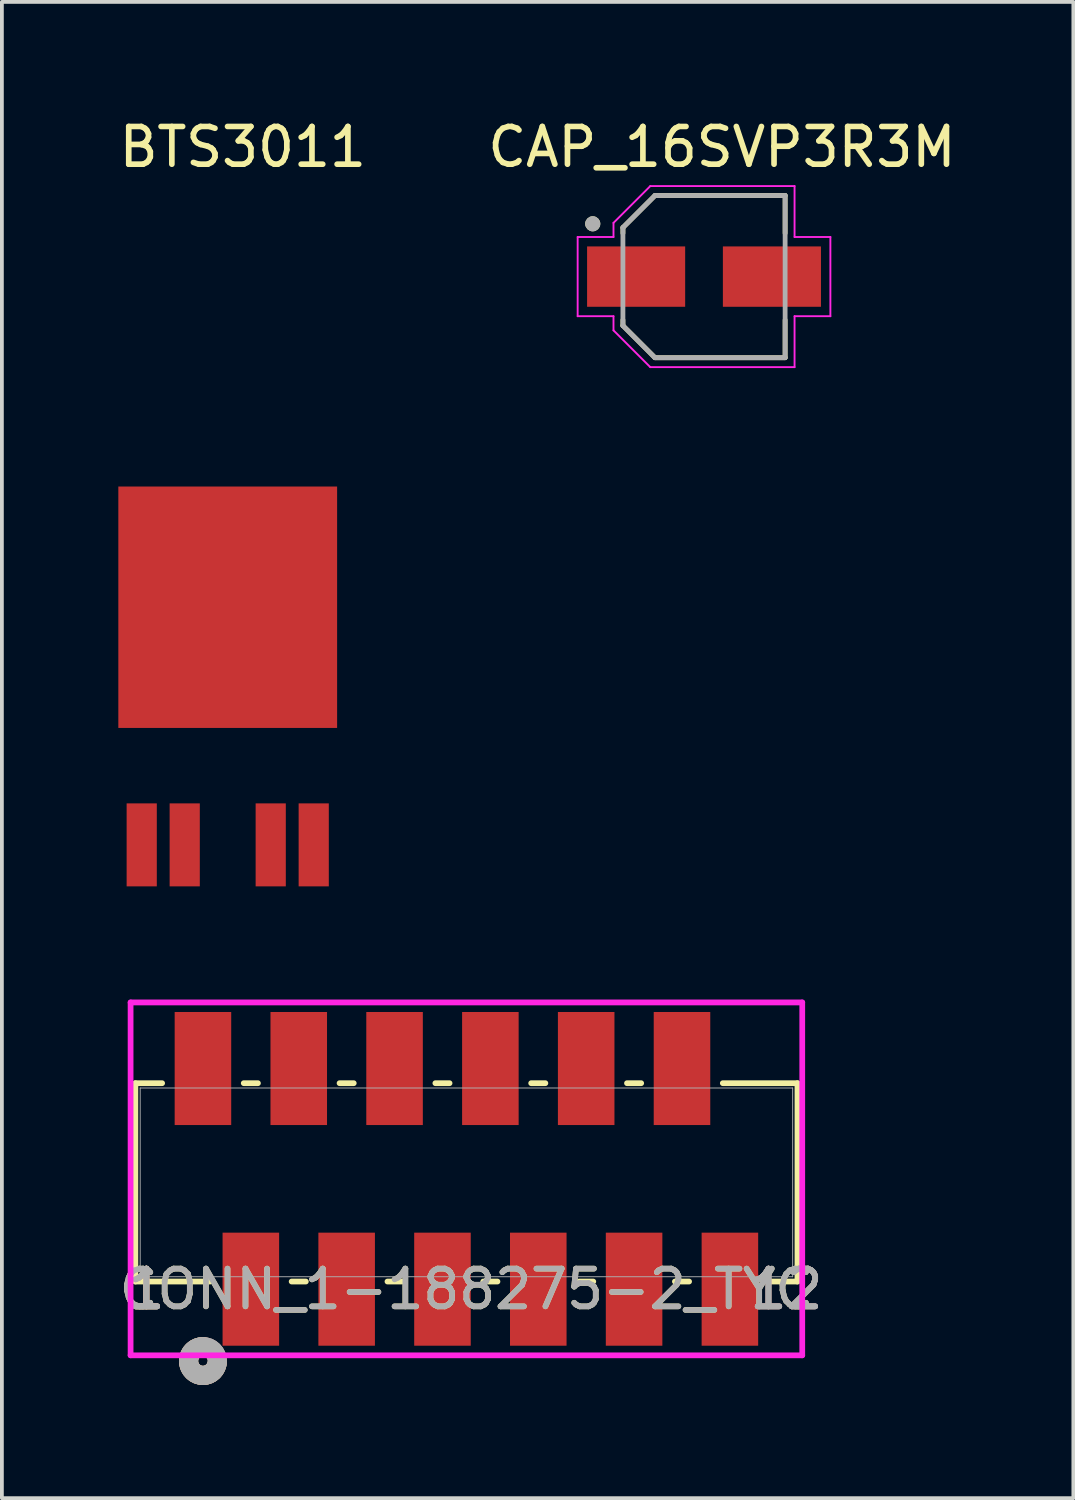
<source format=kicad_pcb>
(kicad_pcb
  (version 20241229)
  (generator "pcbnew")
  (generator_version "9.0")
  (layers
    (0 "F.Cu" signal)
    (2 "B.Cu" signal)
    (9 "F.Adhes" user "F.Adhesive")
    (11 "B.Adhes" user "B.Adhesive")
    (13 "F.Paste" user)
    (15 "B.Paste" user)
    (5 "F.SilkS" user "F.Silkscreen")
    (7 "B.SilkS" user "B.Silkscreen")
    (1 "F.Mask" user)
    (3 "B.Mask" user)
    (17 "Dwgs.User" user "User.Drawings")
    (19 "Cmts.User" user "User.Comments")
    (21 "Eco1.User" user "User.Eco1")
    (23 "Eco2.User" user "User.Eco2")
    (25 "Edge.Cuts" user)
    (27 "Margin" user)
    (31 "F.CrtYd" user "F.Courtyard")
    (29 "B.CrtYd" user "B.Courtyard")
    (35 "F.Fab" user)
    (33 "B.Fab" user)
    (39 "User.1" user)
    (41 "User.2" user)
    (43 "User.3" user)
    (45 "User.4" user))
  (footprint "BTS3011"
    (layer "F.Cu")
    (at 2.987 13.048)
    (property "Reference" "BTS3011" (at 0.4 -12.2 0) (unlocked yes) (layer "F.SilkS") (effects (font (size 1 1) (thickness 0.15))))
    (attr smd)
    (pad "1" smd rect (at -2.28 6.3) (size 0.8 2.2) (layers "F.Cu" "F.Mask" "F.Paste"))
    (pad "2" smd rect (at -1.14 6.3) (size 0.8 2.2) (layers "F.Cu" "F.Mask" "F.Paste"))
    (pad "4" smd rect (at 1.14 6.3) (size 0.8 2.2) (layers "F.Cu" "F.Mask" "F.Paste"))
    (pad "5" smd rect (at 2.28 6.3) (size 0.8 2.2) (layers "F.Cu" "F.Mask" "F.Paste"))
    (pad "6" smd rect (at 0 0) (size 5.8 6.4) (layers "F.Cu" "F.Mask" "F.Paste")))
  (footprint "CONN_1-188275-2_TYC"
    (layer "F.Cu")
    (at 2.33 31.127)
    (property "Reference" "CONN_1-188275-2_TYC" (at 6.985 0 0) (unlocked yes) (layer "F.SilkS") (effects (font (size 1 1) (thickness 0.15))))
    (attr smd)
    (fp_line (start -1.791 -5.461) (end -1.791 -0.203) (stroke (width 0.152) (type solid)) (layer "F.SilkS"))
    (fp_line (start -1.791 -0.203) (end 0.188 -0.203) (stroke (width 0.152) (type solid)) (layer "F.SilkS"))
    (fp_line (start -1.082 -5.461) (end -1.791 -5.461) (stroke (width 0.152) (type solid)) (layer "F.SilkS"))
    (fp_line (start 1.458 -5.461) (end 1.082 -5.461) (stroke (width 0.152) (type solid)) (layer "F.SilkS"))
    (fp_line (start 2.352 -0.203) (end 2.728 -0.203) (stroke (width 0.152) (type solid)) (layer "F.SilkS"))
    (fp_line (start 3.998 -5.461) (end 3.622 -5.461) (stroke (width 0.152) (type solid)) (layer "F.SilkS"))
    (fp_line (start 4.892 -0.203) (end 5.268 -0.203) (stroke (width 0.152) (type solid)) (layer "F.SilkS"))
    (fp_line (start 6.538 -5.461) (end 6.162 -5.461) (stroke (width 0.152) (type solid)) (layer "F.SilkS"))
    (fp_line (start 7.432 -0.203) (end 7.808 -0.203) (stroke (width 0.152) (type solid)) (layer "F.SilkS"))
    (fp_line (start 9.078 -5.461) (end 8.702 -5.461) (stroke (width 0.152) (type solid)) (layer "F.SilkS"))
    (fp_line (start 9.972 -0.203) (end 10.348 -0.203) (stroke (width 0.152) (type solid)) (layer "F.SilkS"))
    (fp_line (start 11.618 -5.461) (end 11.242 -5.461) (stroke (width 0.152) (type solid)) (layer "F.SilkS"))
    (fp_line (start 12.512 -0.203) (end 12.888 -0.203) (stroke (width 0.152) (type solid)) (layer "F.SilkS"))
    (fp_line (start 15.052 -0.203) (end 15.761 -0.203) (stroke (width 0.152) (type solid)) (layer "F.SilkS"))
    (fp_line (start 15.761 -5.461) (end 13.782 -5.461) (stroke (width 0.152) (type solid)) (layer "F.SilkS"))
    (fp_line (start 15.761 -0.203) (end 15.761 -5.461) (stroke (width 0.152) (type solid)) (layer "F.SilkS"))
    (fp_arc (start 0.372066 1.987025) (mid -0.300348 2.139418) (end 0.0108 1.524153) (stroke (width 0.508) (type solid)) (layer "F.SilkS"))
    (fp_circle (center 0 1.905) (end 0.381 1.905) (stroke (width 0.508) (type solid)) (fill no) (layer "B.SilkS"))
    (fp_line (start -1.918 -7.602) (end -1.918 1.753) (stroke (width 0.152) (type solid)) (layer "F.CrtYd"))
    (fp_line (start -1.918 1.753) (end 15.888 1.753) (stroke (width 0.152) (type solid)) (layer "F.CrtYd"))
    (fp_line (start 15.888 -7.602) (end -1.918 -7.602) (stroke (width 0.152) (type solid)) (layer "F.CrtYd"))
    (fp_line (start 15.888 1.753) (end 15.888 -7.602) (stroke (width 0.152) (type solid)) (layer "F.CrtYd"))
    (fp_line (start -1.664 -5.334) (end -1.664 -0.33) (stroke (width 0.025) (type solid)) (layer "F.Fab"))
    (fp_line (start -1.664 -0.33) (end 15.634 -0.33) (stroke (width 0.025) (type solid)) (layer "F.Fab"))
    (fp_line (start 15.634 -5.334) (end -1.664 -5.334) (stroke (width 0.025) (type solid)) (layer "F.Fab"))
    (fp_line (start 15.634 -0.33) (end 15.634 -5.334) (stroke (width 0.025) (type solid)) (layer "F.Fab"))
    (fp_circle (center 0 1.905) (end 0.381 1.905) (stroke (width 0.508) (type solid)) (fill no) (layer "F.Fab"))
    (fp_text user "1" (at -1.499 0 0) (unlocked yes) (layer "F.SilkS") (effects (font (size 1 1) (thickness 0.15))))
    (fp_text user "1" (at -1.499 0 0) (unlocked yes) (layer "F.SilkS") (effects (font (size 1 1) (thickness 0.15))))
    (fp_text user "1" (at -1.499 0 0) (unlocked yes) (layer "B.SilkS") (effects (font (size 1 1) (thickness 0.15))))
    (fp_text user "12" (at 15.469 0 0) (unlocked yes) (layer "B.SilkS") (effects (font (size 1 1) (thickness 0.15))))
    (fp_text user "1" (at -1.499 0 0) (unlocked yes) (layer "B.SilkS") (effects (font (size 1 1) (thickness 0.15))))
    (fp_text user "12" (at 15.469 0 0) (unlocked yes) (layer "B.SilkS") (effects (font (size 1 1) (thickness 0.15))))
    (fp_text user "12" (at 15.469 0 0) (unlocked yes) (layer "F.Fab") (effects (font (size 1 1) (thickness 0.15))))
    (fp_text user "12" (at 15.469 0 0) (unlocked yes) (layer "F.Fab") (effects (font (size 1 1) (thickness 0.15))))
    (fp_text user "1" (at -1.499 0 0) (unlocked yes) (layer "F.Fab") (effects (font (size 1 1) (thickness 0.15))))
    (fp_text user "1" (at -1.499 0 0) (unlocked yes) (layer "F.Fab") (effects (font (size 1 1) (thickness 0.15))))
    (fp_text user "${REFERENCE}" (at 6.985 0 0) (unlocked yes) (layer "F.Fab") (effects (font (size 1 1) (thickness 0.15))))
    (pad "1" smd rect (at 0 -5.85) (size 1.499 2.997) (layers "F.Cu" "F.Mask" "F.Paste"))
    (pad "2" smd rect (at 1.27 0) (size 1.499 2.997) (layers "F.Cu" "F.Mask" "F.Paste"))
    (pad "3" smd rect (at 2.54 -5.85) (size 1.499 2.997) (layers "F.Cu" "F.Mask" "F.Paste"))
    (pad "4" smd rect (at 3.81 0) (size 1.499 2.997) (layers "F.Cu" "F.Mask" "F.Paste"))
    (pad "5" smd rect (at 5.08 -5.85) (size 1.499 2.997) (layers "F.Cu" "F.Mask" "F.Paste"))
    (pad "6" smd rect (at 6.35 0) (size 1.499 2.997) (layers "F.Cu" "F.Mask" "F.Paste"))
    (pad "7" smd rect (at 7.62 -5.85) (size 1.499 2.997) (layers "F.Cu" "F.Mask" "F.Paste"))
    (pad "8" smd rect (at 8.89 0) (size 1.499 2.997) (layers "F.Cu" "F.Mask" "F.Paste"))
    (pad "9" smd rect (at 10.16 -5.85) (size 1.499 2.997) (layers "F.Cu" "F.Mask" "F.Paste"))
    (pad "10" smd rect (at 11.43 0) (size 1.499 2.997) (layers "F.Cu" "F.Mask" "F.Paste"))
    (pad "11" smd rect (at 12.7 -5.85) (size 1.499 2.997) (layers "F.Cu" "F.Mask" "F.Paste"))
    (pad "12" smd rect (at 13.97 0) (size 1.499 2.997) (layers "F.Cu" "F.Mask" "F.Paste")))
  (footprint "CAP_16SVP3R3M"
    (layer "F.Cu")
    (at 15.614 4.283)
    (property "Reference" "CAP_16SVP3R3M" (at 0.475 -3.435 0) (layer "F.SilkS") (effects (font (size 1 1) (thickness 0.15))))
    (attr smd)
    (fp_line (start -2.15 -1.3) (end -1.3 -2.15) (stroke (width 0.127) (type solid)) (layer "F.SilkS"))
    (fp_line (start -2.15 -1.15) (end -2.15 -1.3) (stroke (width 0.127) (type solid)) (layer "F.SilkS"))
    (fp_line (start -2.15 1.15) (end -2.15 1.3) (stroke (width 0.127) (type solid)) (layer "F.SilkS"))
    (fp_line (start -2.15 1.3) (end -1.3 2.15) (stroke (width 0.127) (type solid)) (layer "F.SilkS"))
    (fp_line (start -1.3 -2.15) (end 2.15 -2.15) (stroke (width 0.127) (type solid)) (layer "F.SilkS"))
    (fp_line (start -1.3 2.15) (end 2.15 2.15) (stroke (width 0.127) (type solid)) (layer "F.SilkS"))
    (fp_line (start 2.15 -2.15) (end 2.15 -1.15) (stroke (width 0.127) (type solid)) (layer "F.SilkS"))
    (fp_line (start 2.15 2.15) (end 2.15 1.15) (stroke (width 0.127) (type solid)) (layer "F.SilkS"))
    (fp_circle (center -2.95 -1.4) (end -2.85 -1.4) (stroke (width 0.2) (type solid)) (fill no) (layer "F.SilkS"))
    (fp_line (start -3.35 -1.05) (end -2.4 -1.05) (stroke (width 0.05) (type solid)) (layer "F.CrtYd"))
    (fp_line (start -3.35 1.05) (end -3.35 -1.05) (stroke (width 0.05) (type solid)) (layer "F.CrtYd"))
    (fp_line (start -2.4 -1.425) (end -1.425 -2.4) (stroke (width 0.05) (type solid)) (layer "F.CrtYd"))
    (fp_line (start -2.4 -1.05) (end -2.4 -1.425) (stroke (width 0.05) (type solid)) (layer "F.CrtYd"))
    (fp_line (start -2.4 1.05) (end -3.35 1.05) (stroke (width 0.05) (type solid)) (layer "F.CrtYd"))
    (fp_line (start -2.4 1.425) (end -2.4 1.05) (stroke (width 0.05) (type solid)) (layer "F.CrtYd"))
    (fp_line (start -1.425 -2.4) (end 2.4 -2.4) (stroke (width 0.05) (type solid)) (layer "F.CrtYd"))
    (fp_line (start -1.425 2.4) (end -2.4 1.425) (stroke (width 0.05) (type solid)) (layer "F.CrtYd"))
    (fp_line (start 2.4 -2.4) (end 2.4 -1.05) (stroke (width 0.05) (type solid)) (layer "F.CrtYd"))
    (fp_line (start 2.4 -1.05) (end 3.35 -1.05) (stroke (width 0.05) (type solid)) (layer "F.CrtYd"))
    (fp_line (start 2.4 1.05) (end 2.4 2.4) (stroke (width 0.05) (type solid)) (layer "F.CrtYd"))
    (fp_line (start 2.4 2.4) (end -1.425 2.4) (stroke (width 0.05) (type solid)) (layer "F.CrtYd"))
    (fp_line (start 3.35 -1.05) (end 3.35 1.05) (stroke (width 0.05) (type solid)) (layer "F.CrtYd"))
    (fp_line (start 3.35 1.05) (end 2.4 1.05) (stroke (width 0.05) (type solid)) (layer "F.CrtYd"))
    (fp_line (start -2.15 -1.3) (end -1.3 -2.15) (stroke (width 0.127) (type solid)) (layer "F.Fab"))
    (fp_line (start -2.15 1.3) (end -2.15 -1.3) (stroke (width 0.127) (type solid)) (layer "F.Fab"))
    (fp_line (start -1.3 -2.15) (end 2.15 -2.15) (stroke (width 0.127) (type solid)) (layer "F.Fab"))
    (fp_line (start -1.3 2.15) (end -2.15 1.3) (stroke (width 0.127) (type solid)) (layer "F.Fab"))
    (fp_line (start 2.15 -2.15) (end 2.15 2.15) (stroke (width 0.127) (type solid)) (layer "F.Fab"))
    (fp_line (start 2.15 2.15) (end -1.3 2.15) (stroke (width 0.127) (type solid)) (layer "F.Fab"))
    (fp_circle (center -2.95 -1.4) (end -2.85 -1.4) (stroke (width 0.2) (type solid)) (fill no) (layer "F.Fab"))
    (pad "1" smd rect (at -1.8 0) (size 2.6 1.6) (layers "F.Cu" "F.Mask" "F.Paste"))
    (pad "2" smd rect (at 1.8 0) (size 2.6 1.6) (layers "F.Cu" "F.Mask" "F.Paste")))
  (gr_rect
    (start -3 -3)
    (end 25.405 36.667)
    (stroke (width 0.1) (type default))
    (fill no)
    (layer "Edge.Cuts")))
</source>
